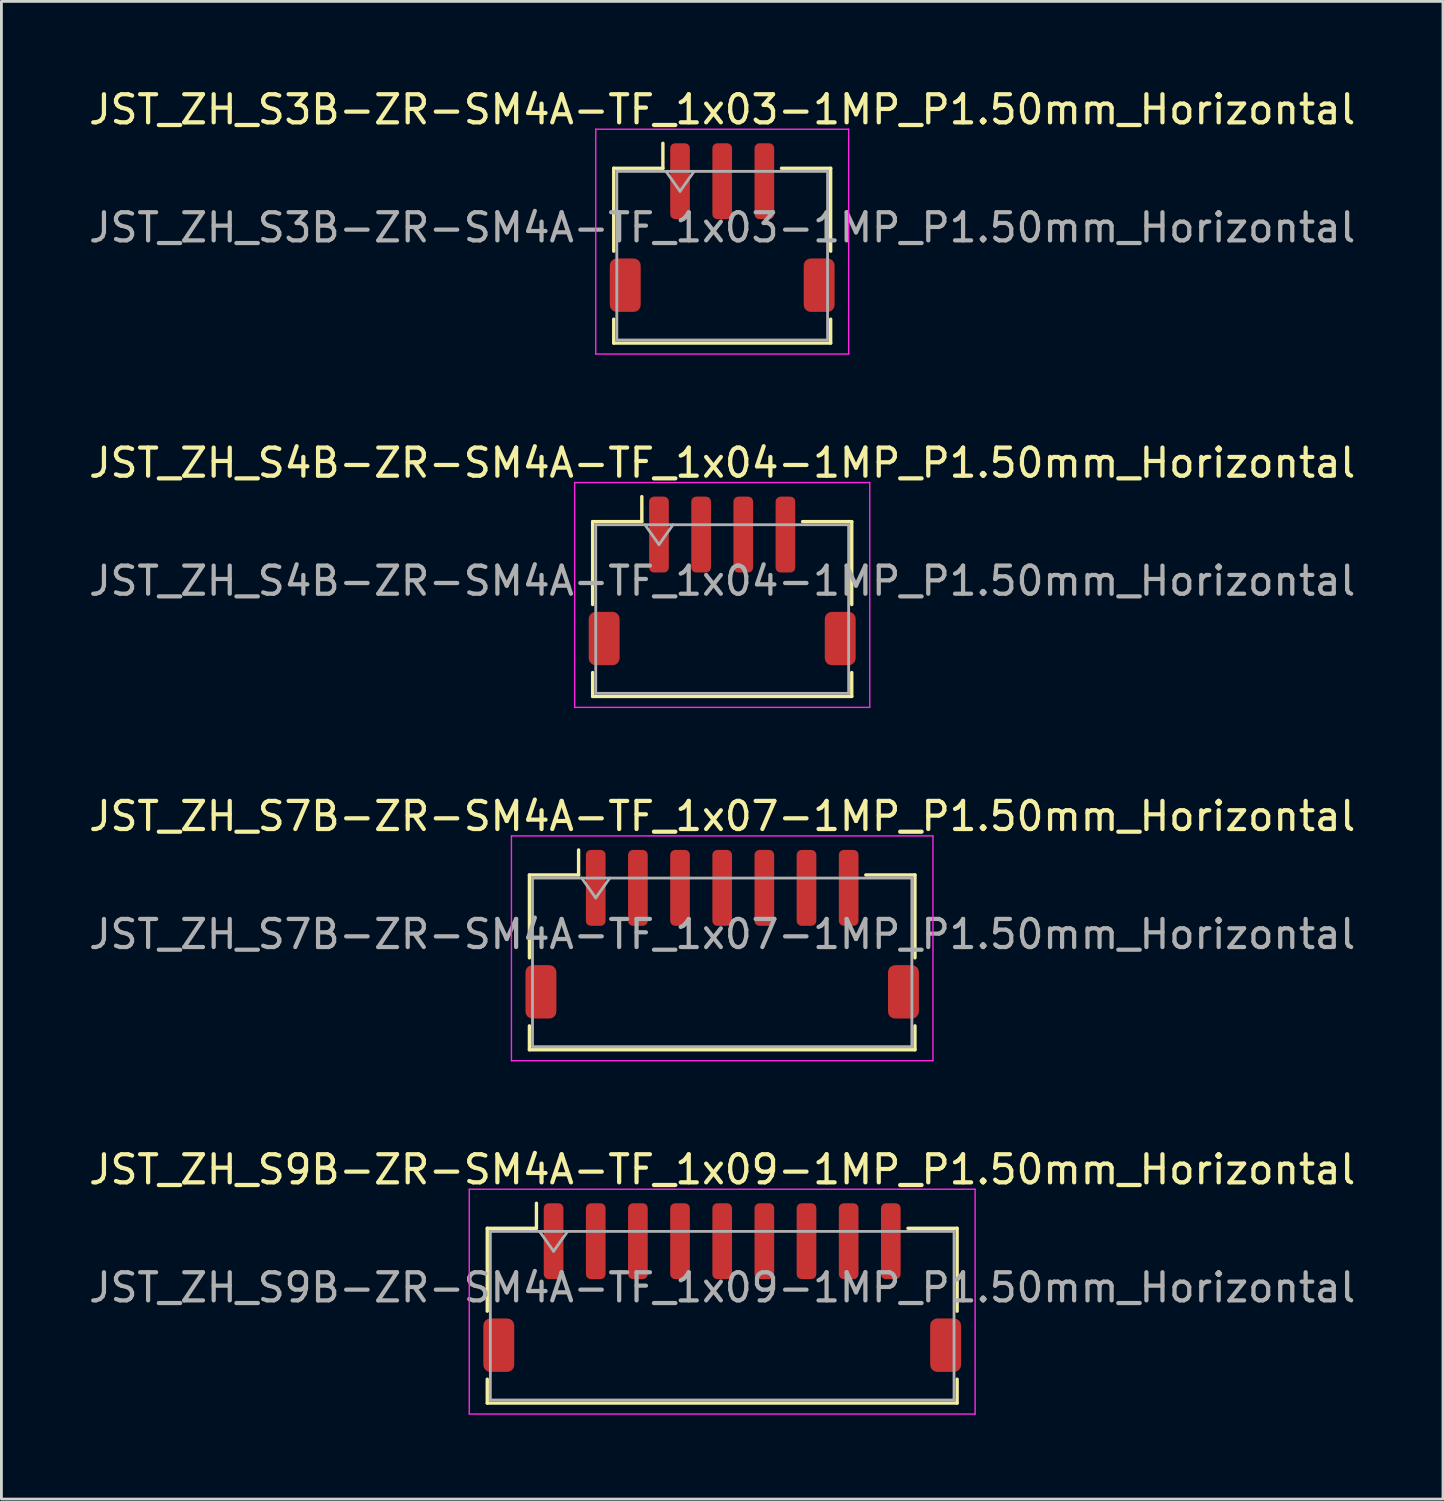
<source format=kicad_pcb>
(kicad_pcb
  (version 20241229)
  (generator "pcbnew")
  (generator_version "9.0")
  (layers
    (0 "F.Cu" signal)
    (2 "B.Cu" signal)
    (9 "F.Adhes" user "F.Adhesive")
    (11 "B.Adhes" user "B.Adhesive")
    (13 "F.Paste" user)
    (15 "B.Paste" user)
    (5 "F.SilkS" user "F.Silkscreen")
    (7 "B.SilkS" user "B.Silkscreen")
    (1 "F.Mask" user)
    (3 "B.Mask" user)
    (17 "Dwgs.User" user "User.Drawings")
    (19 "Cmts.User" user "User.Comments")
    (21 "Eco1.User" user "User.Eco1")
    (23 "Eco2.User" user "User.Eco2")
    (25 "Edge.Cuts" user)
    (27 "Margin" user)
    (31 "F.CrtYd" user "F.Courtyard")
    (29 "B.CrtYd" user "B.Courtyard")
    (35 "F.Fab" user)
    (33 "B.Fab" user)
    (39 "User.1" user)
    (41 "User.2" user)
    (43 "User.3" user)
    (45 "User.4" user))
  (footprint "JST_ZH_S7B-ZR-SM4A-TF_1x07-1MP_P1.50mm_Horizontal"
    (layer "F.Cu")
    (at 22.649 30.195)
    (property "Reference" "JST_ZH_S7B-ZR-SM4A-TF_1x07-1MP_P1.50mm_Horizontal" (at 0 -4.2 0) (layer "F.SilkS") (effects (font (size 1 1) (thickness 0.15))))
    (attr smd)
    (fp_line (start -6.86 -2.11) (end -5.11 -2.11) (stroke (width 0.12) (type solid)) (layer "F.SilkS"))
    (fp_line (start -6.86 0.84) (end -6.86 -2.11) (stroke (width 0.12) (type solid)) (layer "F.SilkS"))
    (fp_line (start -6.86 3.26) (end -6.86 4.11) (stroke (width 0.12) (type solid)) (layer "F.SilkS"))
    (fp_line (start -6.86 4.11) (end 6.86 4.11) (stroke (width 0.12) (type solid)) (layer "F.SilkS"))
    (fp_line (start -5.11 -2.11) (end -5.11 -3) (stroke (width 0.12) (type solid)) (layer "F.SilkS"))
    (fp_line (start 6.86 -2.11) (end 5.11 -2.11) (stroke (width 0.12) (type solid)) (layer "F.SilkS"))
    (fp_line (start 6.86 0.84) (end 6.86 -2.11) (stroke (width 0.12) (type solid)) (layer "F.SilkS"))
    (fp_line (start 6.86 4.11) (end 6.86 3.26) (stroke (width 0.12) (type solid)) (layer "F.SilkS"))
    (fp_line (start -7.5 -3.5) (end -7.5 4.5) (stroke (width 0.05) (type solid)) (layer "F.CrtYd"))
    (fp_line (start -7.5 4.5) (end 7.5 4.5) (stroke (width 0.05) (type solid)) (layer "F.CrtYd"))
    (fp_line (start 7.5 -3.5) (end -7.5 -3.5) (stroke (width 0.05) (type solid)) (layer "F.CrtYd"))
    (fp_line (start 7.5 4.5) (end 7.5 -3.5) (stroke (width 0.05) (type solid)) (layer "F.CrtYd"))
    (fp_line (start -6.75 -2) (end -6.75 4) (stroke (width 0.1) (type solid)) (layer "F.Fab"))
    (fp_line (start -6.75 -2) (end 6.75 -2) (stroke (width 0.1) (type solid)) (layer "F.Fab"))
    (fp_line (start -6.75 4) (end 6.75 4) (stroke (width 0.1) (type solid)) (layer "F.Fab"))
    (fp_line (start -5 -2) (end -4.5 -1.293) (stroke (width 0.1) (type solid)) (layer "F.Fab"))
    (fp_line (start -4.5 -1.293) (end -4 -2) (stroke (width 0.1) (type solid)) (layer "F.Fab"))
    (fp_line (start 6.75 -2) (end 6.75 4) (stroke (width 0.1) (type solid)) (layer "F.Fab"))
    (fp_text user "${REFERENCE}" (at 0 0 0) (layer "F.Fab") (effects (font (size 1 1) (thickness 0.15))))
    (pad "1" smd roundrect (at -4.5 -1.65) (size 0.7 2.7) (layers "F.Cu" "F.Mask" "F.Paste") (roundrect_rratio 0.25))
    (pad "2" smd roundrect (at -3 -1.65) (size 0.7 2.7) (layers "F.Cu" "F.Mask" "F.Paste") (roundrect_rratio 0.25))
    (pad "3" smd roundrect (at -1.5 -1.65) (size 0.7 2.7) (layers "F.Cu" "F.Mask" "F.Paste") (roundrect_rratio 0.25))
    (pad "4" smd roundrect (at 0 -1.65) (size 0.7 2.7) (layers "F.Cu" "F.Mask" "F.Paste") (roundrect_rratio 0.25))
    (pad "5" smd roundrect (at 1.5 -1.65) (size 0.7 2.7) (layers "F.Cu" "F.Mask" "F.Paste") (roundrect_rratio 0.25))
    (pad "6" smd roundrect (at 3 -1.65) (size 0.7 2.7) (layers "F.Cu" "F.Mask" "F.Paste") (roundrect_rratio 0.25))
    (pad "7" smd roundrect (at 4.5 -1.65) (size 0.7 2.7) (layers "F.Cu" "F.Mask" "F.Paste") (roundrect_rratio 0.25))
    (pad "MP" smd roundrect (at -6.45 2.05) (size 1.1 1.9) (layers "F.Cu" "F.Mask" "F.Paste") (roundrect_rratio 0.227))
    (pad "MP" smd roundrect (at 6.45 2.05) (size 1.1 1.9) (layers "F.Cu" "F.Mask" "F.Paste") (roundrect_rratio 0.227)))
  (footprint "JST_ZH_S9B-ZR-SM4A-TF_1x09-1MP_P1.50mm_Horizontal"
    (layer "F.Cu")
    (at 22.649 42.768)
    (property "Reference" "JST_ZH_S9B-ZR-SM4A-TF_1x09-1MP_P1.50mm_Horizontal" (at 0 -4.2 0) (layer "F.SilkS") (effects (font (size 1 1) (thickness 0.15))))
    (attr smd)
    (fp_line (start -8.36 -2.11) (end -6.61 -2.11) (stroke (width 0.12) (type solid)) (layer "F.SilkS"))
    (fp_line (start -8.36 0.84) (end -8.36 -2.11) (stroke (width 0.12) (type solid)) (layer "F.SilkS"))
    (fp_line (start -8.36 3.26) (end -8.36 4.11) (stroke (width 0.12) (type solid)) (layer "F.SilkS"))
    (fp_line (start -8.36 4.11) (end 8.36 4.11) (stroke (width 0.12) (type solid)) (layer "F.SilkS"))
    (fp_line (start -6.61 -2.11) (end -6.61 -3) (stroke (width 0.12) (type solid)) (layer "F.SilkS"))
    (fp_line (start 8.36 -2.11) (end 6.61 -2.11) (stroke (width 0.12) (type solid)) (layer "F.SilkS"))
    (fp_line (start 8.36 0.84) (end 8.36 -2.11) (stroke (width 0.12) (type solid)) (layer "F.SilkS"))
    (fp_line (start 8.36 4.11) (end 8.36 3.26) (stroke (width 0.12) (type solid)) (layer "F.SilkS"))
    (fp_line (start -9 -3.5) (end -9 4.5) (stroke (width 0.05) (type solid)) (layer "F.CrtYd"))
    (fp_line (start -9 4.5) (end 9 4.5) (stroke (width 0.05) (type solid)) (layer "F.CrtYd"))
    (fp_line (start 9 -3.5) (end -9 -3.5) (stroke (width 0.05) (type solid)) (layer "F.CrtYd"))
    (fp_line (start 9 4.5) (end 9 -3.5) (stroke (width 0.05) (type solid)) (layer "F.CrtYd"))
    (fp_line (start -8.25 -2) (end -8.25 4) (stroke (width 0.1) (type solid)) (layer "F.Fab"))
    (fp_line (start -8.25 -2) (end 8.25 -2) (stroke (width 0.1) (type solid)) (layer "F.Fab"))
    (fp_line (start -8.25 4) (end 8.25 4) (stroke (width 0.1) (type solid)) (layer "F.Fab"))
    (fp_line (start -6.5 -2) (end -6 -1.293) (stroke (width 0.1) (type solid)) (layer "F.Fab"))
    (fp_line (start -6 -1.293) (end -5.5 -2) (stroke (width 0.1) (type solid)) (layer "F.Fab"))
    (fp_line (start 8.25 -2) (end 8.25 4) (stroke (width 0.1) (type solid)) (layer "F.Fab"))
    (fp_text user "${REFERENCE}" (at 0 0 0) (layer "F.Fab") (effects (font (size 1 1) (thickness 0.15))))
    (pad "1" smd roundrect (at -6 -1.65) (size 0.7 2.7) (layers "F.Cu" "F.Mask" "F.Paste") (roundrect_rratio 0.25))
    (pad "2" smd roundrect (at -4.5 -1.65) (size 0.7 2.7) (layers "F.Cu" "F.Mask" "F.Paste") (roundrect_rratio 0.25))
    (pad "3" smd roundrect (at -3 -1.65) (size 0.7 2.7) (layers "F.Cu" "F.Mask" "F.Paste") (roundrect_rratio 0.25))
    (pad "4" smd roundrect (at -1.5 -1.65) (size 0.7 2.7) (layers "F.Cu" "F.Mask" "F.Paste") (roundrect_rratio 0.25))
    (pad "5" smd roundrect (at 0 -1.65) (size 0.7 2.7) (layers "F.Cu" "F.Mask" "F.Paste") (roundrect_rratio 0.25))
    (pad "6" smd roundrect (at 1.5 -1.65) (size 0.7 2.7) (layers "F.Cu" "F.Mask" "F.Paste") (roundrect_rratio 0.25))
    (pad "7" smd roundrect (at 3 -1.65) (size 0.7 2.7) (layers "F.Cu" "F.Mask" "F.Paste") (roundrect_rratio 0.25))
    (pad "8" smd roundrect (at 4.5 -1.65) (size 0.7 2.7) (layers "F.Cu" "F.Mask" "F.Paste") (roundrect_rratio 0.25))
    (pad "9" smd roundrect (at 6 -1.65) (size 0.7 2.7) (layers "F.Cu" "F.Mask" "F.Paste") (roundrect_rratio 0.25))
    (pad "MP" smd roundrect (at -7.95 2.05) (size 1.1 1.9) (layers "F.Cu" "F.Mask" "F.Paste") (roundrect_rratio 0.227))
    (pad "MP" smd roundrect (at 7.95 2.05) (size 1.1 1.9) (layers "F.Cu" "F.Mask" "F.Paste") (roundrect_rratio 0.227)))
  (footprint "JST_ZH_S4B-ZR-SM4A-TF_1x04-1MP_P1.50mm_Horizontal"
    (layer "F.Cu")
    (at 22.649 17.622)
    (property "Reference" "JST_ZH_S4B-ZR-SM4A-TF_1x04-1MP_P1.50mm_Horizontal" (at 0 -4.2 0) (layer "F.SilkS") (effects (font (size 1 1) (thickness 0.15))))
    (attr smd)
    (fp_line (start -4.61 -2.11) (end -2.86 -2.11) (stroke (width 0.12) (type solid)) (layer "F.SilkS"))
    (fp_line (start -4.61 0.84) (end -4.61 -2.11) (stroke (width 0.12) (type solid)) (layer "F.SilkS"))
    (fp_line (start -4.61 3.26) (end -4.61 4.11) (stroke (width 0.12) (type solid)) (layer "F.SilkS"))
    (fp_line (start -4.61 4.11) (end 4.61 4.11) (stroke (width 0.12) (type solid)) (layer "F.SilkS"))
    (fp_line (start -2.86 -2.11) (end -2.86 -3) (stroke (width 0.12) (type solid)) (layer "F.SilkS"))
    (fp_line (start 4.61 -2.11) (end 2.86 -2.11) (stroke (width 0.12) (type solid)) (layer "F.SilkS"))
    (fp_line (start 4.61 0.84) (end 4.61 -2.11) (stroke (width 0.12) (type solid)) (layer "F.SilkS"))
    (fp_line (start 4.61 4.11) (end 4.61 3.26) (stroke (width 0.12) (type solid)) (layer "F.SilkS"))
    (fp_line (start -5.25 -3.5) (end -5.25 4.5) (stroke (width 0.05) (type solid)) (layer "F.CrtYd"))
    (fp_line (start -5.25 4.5) (end 5.25 4.5) (stroke (width 0.05) (type solid)) (layer "F.CrtYd"))
    (fp_line (start 5.25 -3.5) (end -5.25 -3.5) (stroke (width 0.05) (type solid)) (layer "F.CrtYd"))
    (fp_line (start 5.25 4.5) (end 5.25 -3.5) (stroke (width 0.05) (type solid)) (layer "F.CrtYd"))
    (fp_line (start -4.5 -2) (end -4.5 4) (stroke (width 0.1) (type solid)) (layer "F.Fab"))
    (fp_line (start -4.5 -2) (end 4.5 -2) (stroke (width 0.1) (type solid)) (layer "F.Fab"))
    (fp_line (start -4.5 4) (end 4.5 4) (stroke (width 0.1) (type solid)) (layer "F.Fab"))
    (fp_line (start -2.75 -2) (end -2.25 -1.293) (stroke (width 0.1) (type solid)) (layer "F.Fab"))
    (fp_line (start -2.25 -1.293) (end -1.75 -2) (stroke (width 0.1) (type solid)) (layer "F.Fab"))
    (fp_line (start 4.5 -2) (end 4.5 4) (stroke (width 0.1) (type solid)) (layer "F.Fab"))
    (fp_text user "${REFERENCE}" (at 0 0 0) (layer "F.Fab") (effects (font (size 1 1) (thickness 0.15))))
    (pad "1" smd roundrect (at -2.25 -1.65) (size 0.7 2.7) (layers "F.Cu" "F.Mask" "F.Paste") (roundrect_rratio 0.25))
    (pad "2" smd roundrect (at -0.75 -1.65) (size 0.7 2.7) (layers "F.Cu" "F.Mask" "F.Paste") (roundrect_rratio 0.25))
    (pad "3" smd roundrect (at 0.75 -1.65) (size 0.7 2.7) (layers "F.Cu" "F.Mask" "F.Paste") (roundrect_rratio 0.25))
    (pad "4" smd roundrect (at 2.25 -1.65) (size 0.7 2.7) (layers "F.Cu" "F.Mask" "F.Paste") (roundrect_rratio 0.25))
    (pad "MP" smd roundrect (at -4.2 2.05) (size 1.1 1.9) (layers "F.Cu" "F.Mask" "F.Paste") (roundrect_rratio 0.227))
    (pad "MP" smd roundrect (at 4.2 2.05) (size 1.1 1.9) (layers "F.Cu" "F.Mask" "F.Paste") (roundrect_rratio 0.227)))
  (footprint "JST_ZH_S3B-ZR-SM4A-TF_1x03-1MP_P1.50mm_Horizontal"
    (layer "F.Cu")
    (at 22.649 5.048)
    (property "Reference" "JST_ZH_S3B-ZR-SM4A-TF_1x03-1MP_P1.50mm_Horizontal" (at 0 -4.2 0) (layer "F.SilkS") (effects (font (size 1 1) (thickness 0.15))))
    (attr smd)
    (fp_line (start -3.86 -2.11) (end -2.11 -2.11) (stroke (width 0.12) (type solid)) (layer "F.SilkS"))
    (fp_line (start -3.86 0.84) (end -3.86 -2.11) (stroke (width 0.12) (type solid)) (layer "F.SilkS"))
    (fp_line (start -3.86 3.26) (end -3.86 4.11) (stroke (width 0.12) (type solid)) (layer "F.SilkS"))
    (fp_line (start -3.86 4.11) (end 3.86 4.11) (stroke (width 0.12) (type solid)) (layer "F.SilkS"))
    (fp_line (start -2.11 -2.11) (end -2.11 -3) (stroke (width 0.12) (type solid)) (layer "F.SilkS"))
    (fp_line (start 3.86 -2.11) (end 2.11 -2.11) (stroke (width 0.12) (type solid)) (layer "F.SilkS"))
    (fp_line (start 3.86 0.84) (end 3.86 -2.11) (stroke (width 0.12) (type solid)) (layer "F.SilkS"))
    (fp_line (start 3.86 4.11) (end 3.86 3.26) (stroke (width 0.12) (type solid)) (layer "F.SilkS"))
    (fp_line (start -4.5 -3.5) (end -4.5 4.5) (stroke (width 0.05) (type solid)) (layer "F.CrtYd"))
    (fp_line (start -4.5 4.5) (end 4.5 4.5) (stroke (width 0.05) (type solid)) (layer "F.CrtYd"))
    (fp_line (start 4.5 -3.5) (end -4.5 -3.5) (stroke (width 0.05) (type solid)) (layer "F.CrtYd"))
    (fp_line (start 4.5 4.5) (end 4.5 -3.5) (stroke (width 0.05) (type solid)) (layer "F.CrtYd"))
    (fp_line (start -3.75 -2) (end -3.75 4) (stroke (width 0.1) (type solid)) (layer "F.Fab"))
    (fp_line (start -3.75 -2) (end 3.75 -2) (stroke (width 0.1) (type solid)) (layer "F.Fab"))
    (fp_line (start -3.75 4) (end 3.75 4) (stroke (width 0.1) (type solid)) (layer "F.Fab"))
    (fp_line (start -2 -2) (end -1.5 -1.293) (stroke (width 0.1) (type solid)) (layer "F.Fab"))
    (fp_line (start -1.5 -1.293) (end -1 -2) (stroke (width 0.1) (type solid)) (layer "F.Fab"))
    (fp_line (start 3.75 -2) (end 3.75 4) (stroke (width 0.1) (type solid)) (layer "F.Fab"))
    (fp_text user "${REFERENCE}" (at 0 0 0) (layer "F.Fab") (effects (font (size 1 1) (thickness 0.15))))
    (pad "1" smd roundrect (at -1.5 -1.65) (size 0.7 2.7) (layers "F.Cu" "F.Mask" "F.Paste") (roundrect_rratio 0.25))
    (pad "2" smd roundrect (at 0 -1.65) (size 0.7 2.7) (layers "F.Cu" "F.Mask" "F.Paste") (roundrect_rratio 0.25))
    (pad "3" smd roundrect (at 1.5 -1.65) (size 0.7 2.7) (layers "F.Cu" "F.Mask" "F.Paste") (roundrect_rratio 0.25))
    (pad "MP" smd roundrect (at -3.45 2.05) (size 1.1 1.9) (layers "F.Cu" "F.Mask" "F.Paste") (roundrect_rratio 0.227))
    (pad "MP" smd roundrect (at 3.45 2.05) (size 1.1 1.9) (layers "F.Cu" "F.Mask" "F.Paste") (roundrect_rratio 0.227)))
  (gr_rect
    (start -3 -3)
    (end 48.298 50.293)
    (stroke (width 0.1) (type default))
    (fill no)
    (layer "Edge.Cuts")))
</source>
